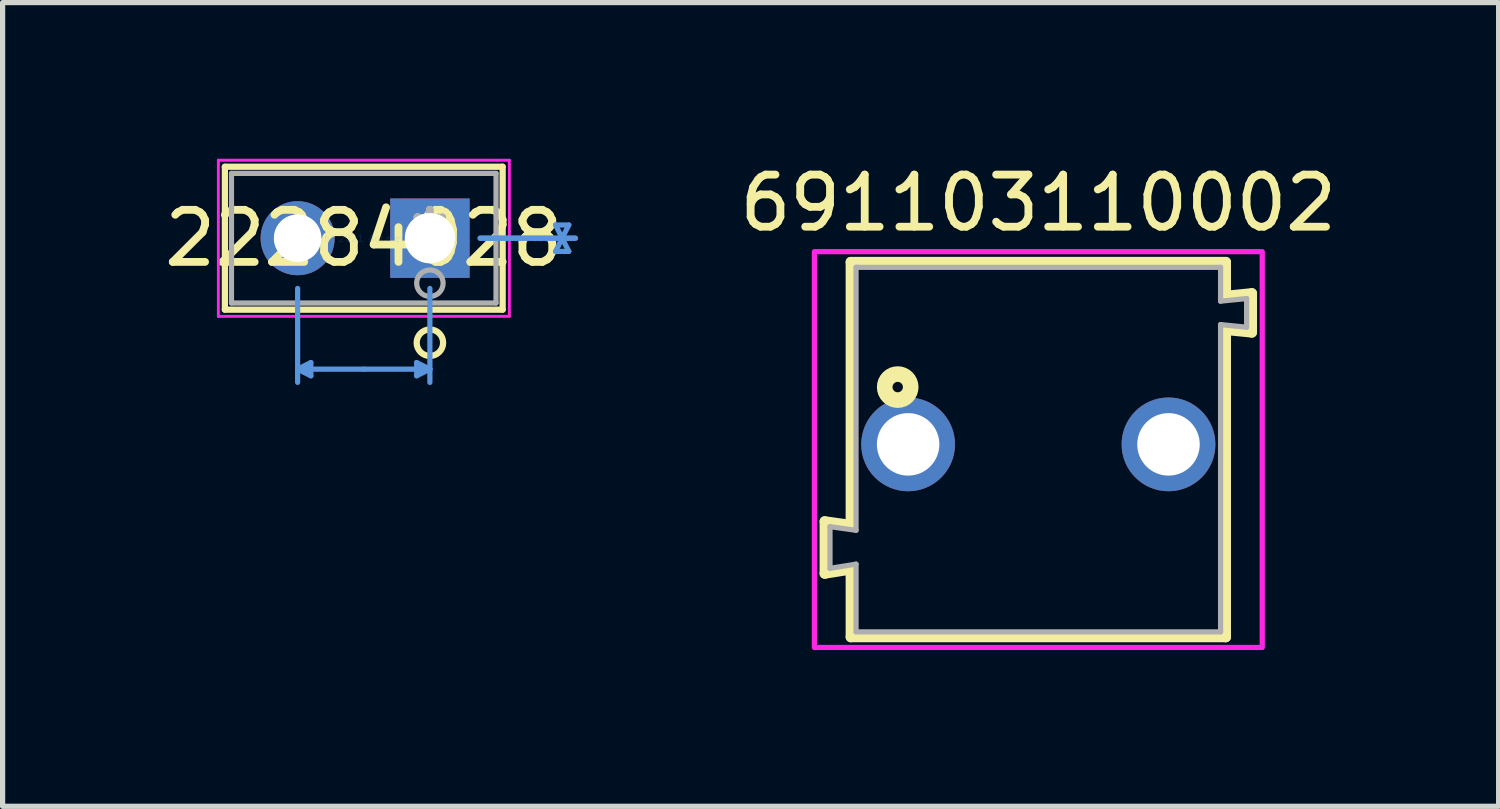
<source format=kicad_pcb>
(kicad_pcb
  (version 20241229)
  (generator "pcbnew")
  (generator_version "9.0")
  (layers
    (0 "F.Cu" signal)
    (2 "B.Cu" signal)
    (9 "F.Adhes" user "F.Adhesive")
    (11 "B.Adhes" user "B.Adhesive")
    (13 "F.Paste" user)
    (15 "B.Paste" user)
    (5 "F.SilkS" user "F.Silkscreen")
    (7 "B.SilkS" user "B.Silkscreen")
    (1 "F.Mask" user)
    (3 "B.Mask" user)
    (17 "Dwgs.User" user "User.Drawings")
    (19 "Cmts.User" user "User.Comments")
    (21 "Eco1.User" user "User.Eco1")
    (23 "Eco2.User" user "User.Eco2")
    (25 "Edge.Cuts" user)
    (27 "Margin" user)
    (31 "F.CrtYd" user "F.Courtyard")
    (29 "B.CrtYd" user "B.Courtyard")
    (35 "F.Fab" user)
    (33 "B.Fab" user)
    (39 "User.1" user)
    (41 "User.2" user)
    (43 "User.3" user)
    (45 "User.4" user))
  (footprint "691103110002"
    (layer "F.Cu")
    (at 16.888 5.483)
    (property "Reference" "691103110002" (at 0 -4.635 0) (layer "F.SilkS") (effects (font (size 1 1) (thickness 0.15))))
    (attr through_hole)
    (fp_line (start -4.1 1.48) (end -3.6 1.55) (stroke (width 0.2) (type solid)) (layer "F.SilkS"))
    (fp_line (start -4.1 2.48) (end -4.1 1.48) (stroke (width 0.2) (type solid)) (layer "F.SilkS"))
    (fp_line (start -3.6 -3.5) (end 3.6 -3.5) (stroke (width 0.2) (type solid)) (layer "F.SilkS"))
    (fp_line (start -3.6 1.55) (end -3.6 -3.5) (stroke (width 0.2) (type solid)) (layer "F.SilkS"))
    (fp_line (start -3.6 2.4) (end -4.1 2.48) (stroke (width 0.2) (type solid)) (layer "F.SilkS"))
    (fp_line (start -3.6 3.7) (end -3.6 2.4) (stroke (width 0.2) (type solid)) (layer "F.SilkS"))
    (fp_line (start 3.6 -3.5) (end 3.6 -2.85) (stroke (width 0.2) (type solid)) (layer "F.SilkS"))
    (fp_line (start 3.6 -2.85) (end 4.1 -2.9) (stroke (width 0.2) (type solid)) (layer "F.SilkS"))
    (fp_line (start 3.6 -2.2) (end 3.6 3.7) (stroke (width 0.2) (type solid)) (layer "F.SilkS"))
    (fp_line (start 3.6 3.7) (end -3.6 3.7) (stroke (width 0.2) (type solid)) (layer "F.SilkS"))
    (fp_line (start 4.1 -2.9) (end 4.1 -2.15) (stroke (width 0.2) (type solid)) (layer "F.SilkS"))
    (fp_line (start 4.1 -2.15) (end 3.6 -2.2) (stroke (width 0.2) (type solid)) (layer "F.SilkS"))
    (fp_circle (center -2.7 -1.1) (end -2.6 -1.1) (stroke (width 0.3) (type solid)) (fill no) (layer "F.SilkS"))
    (fp_poly (pts (xy -4.3 -3.7) (xy 4.3 -3.7) (xy 4.3 3.9) (xy -4.3 3.9)) (stroke (width 0.1) (type solid)) (fill no) (layer "F.CrtYd"))
    (fp_line (start -4 1.58) (end -4 2.38) (stroke (width 0.1) (type solid)) (layer "F.Fab"))
    (fp_line (start -3.5 -3.4) (end -3.5 1.65) (stroke (width 0.1) (type solid)) (layer "F.Fab"))
    (fp_line (start -3.5 1.65) (end -4 1.58) (stroke (width 0.1) (type solid)) (layer "F.Fab"))
    (fp_line (start -3.5 2.3) (end -4 2.38) (stroke (width 0.1) (type solid)) (layer "F.Fab"))
    (fp_line (start -3.5 2.3) (end -3.5 3.6) (stroke (width 0.1) (type solid)) (layer "F.Fab"))
    (fp_line (start -3.5 3.6) (end 3.5 3.6) (stroke (width 0.1) (type solid)) (layer "F.Fab"))
    (fp_line (start 3.5 -3.4) (end -3.5 -3.4) (stroke (width 0.1) (type solid)) (layer "F.Fab"))
    (fp_line (start 3.5 -3.4) (end 3.5 -2.75) (stroke (width 0.1) (type solid)) (layer "F.Fab"))
    (fp_line (start 3.5 -2.75) (end 4 -2.8) (stroke (width 0.1) (type solid)) (layer "F.Fab"))
    (fp_line (start 3.5 -2.3) (end 3.5 3.6) (stroke (width 0.1) (type solid)) (layer "F.Fab"))
    (fp_line (start 3.5 -2.3) (end 4 -2.25) (stroke (width 0.1) (type solid)) (layer "F.Fab"))
    (fp_line (start 4 -2.25) (end 4 -2.8) (stroke (width 0.1) (type solid)) (layer "F.Fab"))
    (pad "1" thru_hole circle (at -2.5 0) (size 1.8 1.8) (drill 1.2) (layers "*.Cu" "*.Mask"))
    (pad "2" thru_hole circle (at 2.5 0) (size 1.8 1.8) (drill 1.2) (layers "*.Cu" "*.Mask")))
  (footprint "22284028"
    (layer "F.Cu")
    (at 5.205 1.524)
    (property "Reference" "22284028" (at -1.27 0 0) (layer "F.SilkS") (effects (font (size 1 1) (thickness 0.15))))
    (attr through_hole)
    (fp_line (start -3.937 -1.372) (end -3.937 1.372) (stroke (width 0.12) (type solid)) (layer "F.SilkS"))
    (fp_line (start -3.937 1.372) (end 1.397 1.372) (stroke (width 0.12) (type solid)) (layer "F.SilkS"))
    (fp_line (start 1.397 -1.372) (end -3.937 -1.372) (stroke (width 0.12) (type solid)) (layer "F.SilkS"))
    (fp_line (start 1.397 1.372) (end 1.397 -1.372) (stroke (width 0.12) (type solid)) (layer "F.SilkS"))
    (fp_circle (center 0 2.007) (end 0.254 2.007) (stroke (width 0.12) (type solid)) (fill no) (layer "F.SilkS"))
    (fp_line (start -2.54 0.965) (end -2.54 2.769) (stroke (width 0.1) (type solid)) (layer "Cmts.User"))
    (fp_line (start -2.54 2.515) (end -2.286 2.642) (stroke (width 0.1) (type solid)) (layer "Cmts.User"))
    (fp_line (start -2.54 2.515) (end -1.27 2.515) (stroke (width 0.1) (type solid)) (layer "Cmts.User"))
    (fp_line (start -2.286 2.388) (end -2.54 2.515) (stroke (width 0.1) (type solid)) (layer "Cmts.User"))
    (fp_line (start -2.286 2.642) (end -2.286 2.388) (stroke (width 0.1) (type solid)) (layer "Cmts.User"))
    (fp_line (start -0.254 2.388) (end 0 2.515) (stroke (width 0.1) (type solid)) (layer "Cmts.User"))
    (fp_line (start -0.254 2.642) (end -0.254 2.388) (stroke (width 0.1) (type solid)) (layer "Cmts.User"))
    (fp_line (start 0 0.965) (end 0 2.769) (stroke (width 0.1) (type solid)) (layer "Cmts.User"))
    (fp_line (start 0 2.515) (end -1.27 2.515) (stroke (width 0.1) (type solid)) (layer "Cmts.User"))
    (fp_line (start 0 2.515) (end -0.254 2.642) (stroke (width 0.1) (type solid)) (layer "Cmts.User"))
    (fp_line (start 0.965 0) (end 2.794 0) (stroke (width 0.1) (type solid)) (layer "Cmts.User"))
    (fp_line (start 0.965 0) (end 2.794 0) (stroke (width 0.1) (type solid)) (layer "Cmts.User"))
    (fp_line (start 2.413 -0.254) (end 2.667 -0.254) (stroke (width 0.1) (type solid)) (layer "Cmts.User"))
    (fp_line (start 2.413 0.254) (end 2.667 0.254) (stroke (width 0.1) (type solid)) (layer "Cmts.User"))
    (fp_line (start 2.54 0) (end 2.413 -0.254) (stroke (width 0.1) (type solid)) (layer "Cmts.User"))
    (fp_line (start 2.54 0) (end 2.413 0.254) (stroke (width 0.1) (type solid)) (layer "Cmts.User"))
    (fp_line (start 2.54 0) (end 2.54 0) (stroke (width 0.1) (type solid)) (layer "Cmts.User"))
    (fp_line (start 2.667 -0.254) (end 2.54 0) (stroke (width 0.1) (type solid)) (layer "Cmts.User"))
    (fp_line (start 2.667 0.254) (end 2.54 0) (stroke (width 0.1) (type solid)) (layer "Cmts.User"))
    (fp_line (start -4.064 -1.499) (end -4.064 1.499) (stroke (width 0.05) (type solid)) (layer "F.CrtYd"))
    (fp_line (start -4.064 -1.499) (end -4.064 1.499) (stroke (width 0.05) (type solid)) (layer "F.CrtYd"))
    (fp_line (start -4.064 1.499) (end 1.524 1.499) (stroke (width 0.05) (type solid)) (layer "F.CrtYd"))
    (fp_line (start -4.064 1.499) (end 1.524 1.499) (stroke (width 0.05) (type solid)) (layer "F.CrtYd"))
    (fp_line (start 1.524 -1.499) (end -4.064 -1.499) (stroke (width 0.05) (type solid)) (layer "F.CrtYd"))
    (fp_line (start 1.524 -1.499) (end -4.064 -1.499) (stroke (width 0.05) (type solid)) (layer "F.CrtYd"))
    (fp_line (start 1.524 1.499) (end 1.524 -1.499) (stroke (width 0.05) (type solid)) (layer "F.CrtYd"))
    (fp_line (start 1.524 1.499) (end 1.524 -1.499) (stroke (width 0.05) (type solid)) (layer "F.CrtYd"))
    (fp_line (start -3.81 -1.245) (end -3.81 1.245) (stroke (width 0.1) (type solid)) (layer "F.Fab"))
    (fp_line (start -3.81 1.245) (end 1.27 1.245) (stroke (width 0.1) (type solid)) (layer "F.Fab"))
    (fp_line (start 1.27 -1.245) (end -3.81 -1.245) (stroke (width 0.1) (type solid)) (layer "F.Fab"))
    (fp_line (start 1.27 1.245) (end 1.27 -1.245) (stroke (width 0.1) (type solid)) (layer "F.Fab"))
    (fp_circle (center 0 0.864) (end 0.254 0.864) (stroke (width 0.1) (type solid)) (fill no) (layer "F.Fab"))
    (fp_text user "*" (at 0 0 0) (layer "F.SilkS") (effects (font (size 1 1) (thickness 0.15))))
    (fp_text user "Copyright 2021 Accelerated Designs. All rights reserved." (at 0 0 0) (layer "Cmts.User") (effects (font (size 0.127 0.127) (thickness 0.002))))
    (fp_text user "*" (at 0 0 0) (layer "F.Fab") (effects (font (size 1 1) (thickness 0.15))))
    (pad "1" thru_hole rect (at 0 0) (size 1.524 1.524) (drill 0.965) (layers "*.Cu" "*.Mask"))
    (pad "2" thru_hole circle (at -2.54 0) (size 1.422 1.422) (drill 0.914) (layers "*.Cu" "*.Mask")))
  (gr_rect
    (start -3 -3)
    (end 25.727 12.433)
    (stroke (width 0.1) (type default))
    (fill no)
    (layer "Edge.Cuts")))
</source>
